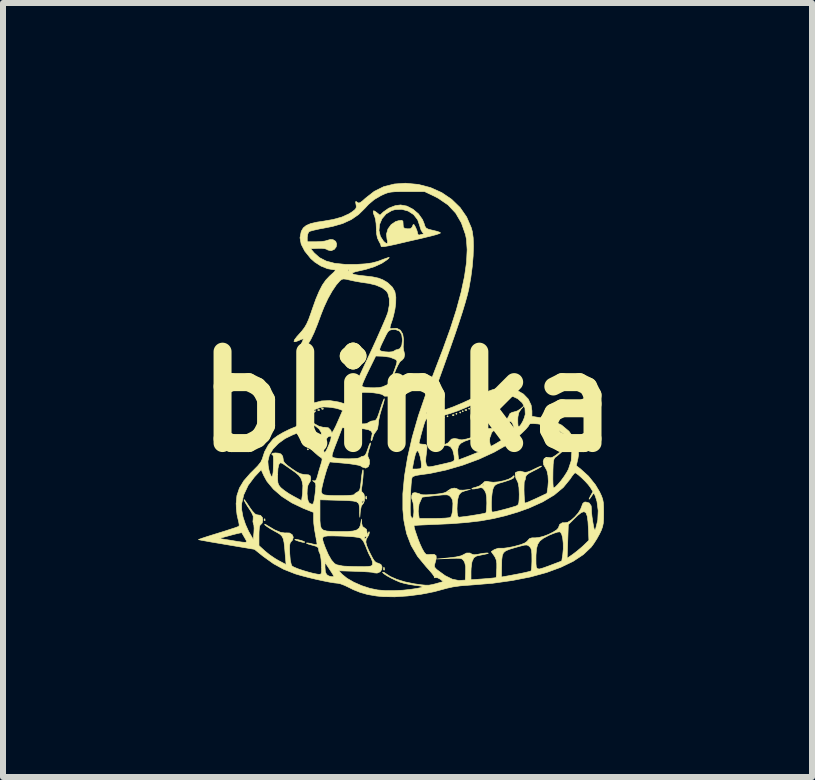
<source format=kicad_pcb>
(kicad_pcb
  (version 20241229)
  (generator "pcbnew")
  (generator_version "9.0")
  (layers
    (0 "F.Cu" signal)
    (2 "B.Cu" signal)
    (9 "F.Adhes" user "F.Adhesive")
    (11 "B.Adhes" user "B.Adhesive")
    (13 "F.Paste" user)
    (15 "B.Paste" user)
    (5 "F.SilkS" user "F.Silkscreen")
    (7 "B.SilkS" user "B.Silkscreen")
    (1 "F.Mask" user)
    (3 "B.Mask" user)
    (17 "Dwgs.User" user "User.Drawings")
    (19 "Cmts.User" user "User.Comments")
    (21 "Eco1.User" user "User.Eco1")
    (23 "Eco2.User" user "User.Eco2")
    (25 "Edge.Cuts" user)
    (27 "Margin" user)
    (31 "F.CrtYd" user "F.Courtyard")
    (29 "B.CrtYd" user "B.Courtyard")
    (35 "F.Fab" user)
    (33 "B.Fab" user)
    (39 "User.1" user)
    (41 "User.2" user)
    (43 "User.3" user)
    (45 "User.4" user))
  (footprint "blinka"
    (layer "F.Cu")
    (at 3.745 3.648)
    (property "Reference" "blinka" (at 0 0 0) (layer "F.SilkS") (effects (font (size 1.524 1.524) (thickness 0.3))))
    (attr through_hole)
    (fp_poly (pts (xy -1.651 0.794) (xy -1.662 0.804) (xy -1.672 0.794) (xy -1.662 0.783) (xy -1.651 0.794)) (stroke (width 0.01) (type solid)) (fill yes) (layer "F.SilkS"))
    (fp_poly (pts (xy 0.487 0.286) (xy 0.476 0.296) (xy 0.466 0.286) (xy 0.476 0.275) (xy 0.487 0.286)) (stroke (width 0.01) (type solid)) (fill yes) (layer "F.SilkS"))
    (fp_poly (pts (xy 0.614 0.265) (xy 0.603 0.275) (xy 0.593 0.265) (xy 0.603 0.254) (xy 0.614 0.265)) (stroke (width 0.01) (type solid)) (fill yes) (layer "F.SilkS"))
    (fp_poly (pts (xy 0.677 0.243) (xy 0.667 0.254) (xy 0.656 0.243) (xy 0.667 0.233) (xy 0.677 0.243)) (stroke (width 0.01) (type solid)) (fill yes) (layer "F.SilkS"))
    (fp_poly (pts (xy 0.826 0.201) (xy 0.815 0.212) (xy 0.804 0.201) (xy 0.815 0.191) (xy 0.826 0.201)) (stroke (width 0.01) (type solid)) (fill yes) (layer "F.SilkS"))
    (fp_poly (pts (xy 0.889 0.18) (xy 0.878 0.191) (xy 0.868 0.18) (xy 0.878 0.169) (xy 0.889 0.18)) (stroke (width 0.01) (type solid)) (fill yes) (layer "F.SilkS"))
    (fp_poly (pts (xy 0.931 0.159) (xy 0.921 0.169) (xy 0.91 0.159) (xy 0.921 0.148) (xy 0.931 0.159)) (stroke (width 0.01) (type solid)) (fill yes) (layer "F.SilkS"))
    (fp_poly (pts (xy 1.037 0.116) (xy 1.027 0.127) (xy 1.016 0.116) (xy 1.027 0.106) (xy 1.037 0.116)) (stroke (width 0.01) (type solid)) (fill yes) (layer "F.SilkS"))
    (fp_poly (pts (xy 1.079 0.095) (xy 1.069 0.106) (xy 1.058 0.095) (xy 1.069 0.085) (xy 1.079 0.095)) (stroke (width 0.01) (type solid)) (fill yes) (layer "F.SilkS"))
    (fp_poly (pts (xy 1.122 0.074) (xy 1.111 0.085) (xy 1.101 0.074) (xy 1.111 0.064) (xy 1.122 0.074)) (stroke (width 0.01) (type solid)) (fill yes) (layer "F.SilkS"))
    (fp_poly (pts (xy 1.164 0.053) (xy 1.154 0.064) (xy 1.143 0.053) (xy 1.154 0.042) (xy 1.164 0.053)) (stroke (width 0.01) (type solid)) (fill yes) (layer "F.SilkS"))
    (fp_poly (pts (xy 1.206 0.032) (xy 1.196 0.042) (xy 1.185 0.032) (xy 1.196 0.021) (xy 1.206 0.032)) (stroke (width 0.01) (type solid)) (fill yes) (layer "F.SilkS"))
    (fp_poly (pts (xy 1.355 -0.032) (xy 1.344 -0.021) (xy 1.333 -0.032) (xy 1.344 -0.042) (xy 1.355 -0.032)) (stroke (width 0.01) (type solid)) (fill yes) (layer "F.SilkS"))
    (fp_poly (pts (xy 1.397 -0.053) (xy 1.386 -0.042) (xy 1.376 -0.053) (xy 1.386 -0.064) (xy 1.397 -0.053)) (stroke (width 0.01) (type solid)) (fill yes) (layer "F.SilkS"))
    (fp_poly (pts (xy 1.482 -0.074) (xy 1.471 -0.064) (xy 1.46 -0.074) (xy 1.471 -0.085) (xy 1.482 -0.074)) (stroke (width 0.01) (type solid)) (fill yes) (layer "F.SilkS"))
    (fp_poly (pts (xy 1.566 -0.095) (xy 1.556 -0.085) (xy 1.545 -0.095) (xy 1.556 -0.106) (xy 1.566 -0.095)) (stroke (width 0.01) (type solid)) (fill yes) (layer "F.SilkS"))
    (fp_poly (pts (xy 2.646 0.624) (xy 2.635 0.635) (xy 2.625 0.624) (xy 2.635 0.614) (xy 2.646 0.624)) (stroke (width 0.01) (type solid)) (fill yes) (layer "F.SilkS"))
    (fp_poly (pts (xy -2.378 1.954) (xy -2.375 1.98) (xy -2.378 1.983) (xy -2.39 1.98) (xy -2.392 1.968) (xy -2.384 1.951) (xy -2.378 1.954)) (stroke (width 0.01) (type solid)) (fill yes) (layer "F.SilkS"))
    (fp_poly (pts (xy -1.468 0.134) (xy -1.47 0.147) (xy -1.482 0.148) (xy -1.499 0.14) (xy -1.496 0.134) (xy -1.471 0.132) (xy -1.468 0.134)) (stroke (width 0.01) (type solid)) (fill yes) (layer "F.SilkS"))
    (fp_poly (pts (xy -1.404 0.113) (xy -1.407 0.125) (xy -1.418 0.127) (xy -1.436 0.119) (xy -1.432 0.113) (xy -1.407 0.11) (xy -1.404 0.113)) (stroke (width 0.01) (type solid)) (fill yes) (layer "F.SilkS"))
    (fp_poly (pts (xy -0.684 1.584) (xy -0.682 1.617) (xy -0.686 1.624) (xy -0.695 1.618) (xy -0.697 1.596) (xy -0.692 1.574) (xy -0.684 1.584)) (stroke (width 0.01) (type solid)) (fill yes) (layer "F.SilkS"))
    (fp_poly (pts (xy -0.388 2.769) (xy -0.385 2.802) (xy -0.389 2.809) (xy -0.399 2.803) (xy -0.4 2.782) (xy -0.395 2.759) (xy -0.388 2.769)) (stroke (width 0.01) (type solid)) (fill yes) (layer "F.SilkS"))
    (fp_poly (pts (xy 0.776 0.219) (xy 0.773 0.231) (xy 0.762 0.233) (xy 0.745 0.225) (xy 0.748 0.219) (xy 0.773 0.216) (xy 0.776 0.219)) (stroke (width 0.01) (type solid)) (fill yes) (layer "F.SilkS"))
    (fp_poly (pts (xy 0.988 0.134) (xy 0.985 0.147) (xy 0.974 0.148) (xy 0.956 0.14) (xy 0.96 0.134) (xy 0.985 0.132) (xy 0.988 0.134)) (stroke (width 0.01) (type solid)) (fill yes) (layer "F.SilkS"))
    (fp_poly (pts (xy -1.534 0.152) (xy -1.54 0.168) (xy -1.56 0.179) (xy -1.585 0.185) (xy -1.575 0.169) (xy -1.572 0.167) (xy -1.544 0.15) (xy -1.534 0.152)) (stroke (width 0.01) (type solid)) (fill yes) (layer "F.SilkS"))
    (fp_poly (pts (xy 1.28 0.000243) (xy 1.258 0.018) (xy 1.234 0.021) (xy 1.228 0.013) (xy 1.244 -0.001) (xy 1.261 -0.008) (xy 1.282 -0.01) (xy 1.28 0.000243)) (stroke (width 0.01) (type solid)) (fill yes) (layer "F.SilkS"))
    (fp_poly (pts (xy 0.529 0.745) (xy 0.527 0.749) (xy 0.503 0.756) (xy 0.452 0.766) (xy 0.434 0.769) (xy 0.386 0.775) (xy 0.378 0.77) (xy 0.392 0.763) (xy 0.428 0.752) (xy 0.474 0.744) (xy 0.512 0.741) (xy 0.529 0.745)) (stroke (width 0.01) (type solid)) (fill yes) (layer "F.SilkS"))
    (fp_poly (pts (xy -1.811 2.304) (xy -1.761 2.318) (xy -1.724 2.332) (xy -1.714 2.34) (xy -1.721 2.347) (xy -1.747 2.344) (xy -1.801 2.33) (xy -1.817 2.325) (xy -1.862 2.31) (xy -1.88 2.297) (xy -1.88 2.296) (xy -1.856 2.295) (xy -1.811 2.304)) (stroke (width 0.01) (type solid)) (fill yes) (layer "F.SilkS"))
    (fp_poly (pts (xy -0.011 -3.262) (xy 0.091 -3.209) (xy 0.182 -3.132) (xy 0.249 -3.038) (xy 0.275 -2.975) (xy 0.291 -2.924) (xy 0.312 -2.894) (xy 0.348 -2.876) (xy 0.412 -2.86) (xy 0.425 -2.857) (xy 0.491 -2.841) (xy 0.537 -2.825) (xy 0.55 -2.814) (xy 0.531 -2.804) (xy 0.478 -2.786) (xy 0.4 -2.765) (xy 0.304 -2.742) (xy 0.302 -2.741) (xy 0.17 -2.71) (xy 0.02 -2.676) (xy -0.125 -2.642) (xy -0.196 -2.625) (xy -0.308 -2.601) (xy -0.387 -2.587) (xy -0.432 -2.585) (xy -0.44 -2.59) (xy -0.448 -2.623) (xy -0.473 -2.67) (xy -0.477 -2.677) (xy -0.502 -2.73) (xy -0.516 -2.801) (xy -0.518 -2.855) (xy -0.476 -2.855) (xy -0.453 -2.757) (xy -0.399 -2.674) (xy -0.357 -2.64) (xy -0.334 -2.643) (xy -0.334 -2.681) (xy -0.342 -2.709) (xy -0.351 -2.795) (xy -0.326 -2.88) (xy -0.273 -2.953) (xy -0.198 -3.004) (xy -0.146 -3.019) (xy -0.097 -3.024) (xy -0.077 -3.011) (xy -0.074 -2.968) (xy -0.074 -2.96) (xy -0.07 -2.911) (xy -0.048 -2.89) (xy -0.005 -2.883) (xy 0.047 -2.884) (xy 0.074 -2.907) (xy 0.082 -2.924) (xy 0.095 -2.954) (xy 0.107 -2.954) (xy 0.128 -2.919) (xy 0.135 -2.906) (xy 0.158 -2.85) (xy 0.169 -2.806) (xy 0.169 -2.803) (xy 0.182 -2.779) (xy 0.203 -2.781) (xy 0.247 -2.793) (xy 0.261 -2.795) (xy 0.268 -2.805) (xy 0.252 -2.821) (xy 0.227 -2.858) (xy 0.208 -2.916) (xy 0.206 -2.926) (xy 0.169 -3.034) (xy 0.102 -3.12) (xy 0.011 -3.179) (xy -0.095 -3.208) (xy -0.209 -3.203) (xy -0.265 -3.186) (xy -0.358 -3.131) (xy -0.426 -3.051) (xy -0.466 -2.956) (xy -0.476 -2.855) (xy -0.518 -2.855) (xy -0.52 -2.888) (xy -0.524 -2.97) (xy -0.534 -3.041) (xy -0.546 -3.084) (xy -0.566 -3.134) (xy -0.572 -3.165) (xy -0.567 -3.184) (xy -0.547 -3.178) (xy -0.515 -3.155) (xy -0.459 -3.11) (xy -0.404 -3.163) (xy -0.313 -3.227) (xy -0.205 -3.269) (xy -0.116 -3.281) (xy -0.011 -3.262)) (stroke (width 0.01) (type solid)) (fill yes) (layer "F.SilkS"))
    (fp_poly (pts (xy 0.181 -3.623) (xy 0.384 -3.57) (xy 0.571 -3.486) (xy 0.736 -3.374) (xy 0.876 -3.238) (xy 0.986 -3.079) (xy 1.062 -2.903) (xy 1.08 -2.838) (xy 1.095 -2.731) (xy 1.099 -2.592) (xy 1.094 -2.429) (xy 1.079 -2.252) (xy 1.055 -2.069) (xy 1.023 -1.888) (xy 1.02 -1.873) (xy 0.996 -1.774) (xy 0.962 -1.652) (xy 0.917 -1.503) (xy 0.86 -1.327) (xy 0.791 -1.122) (xy 0.708 -0.885) (xy 0.612 -0.615) (xy 0.502 -0.31) (xy 0.376 0.032) (xy 0.358 0.082) (xy 0.316 0.196) (xy 0.42 0.182) (xy 0.522 0.164) (xy 0.634 0.132) (xy 0.764 0.085) (xy 0.916 0.021) (xy 1.098 -0.063) (xy 1.108 -0.067) (xy 1.235 -0.127) (xy 1.333 -0.169) (xy 1.411 -0.198) (xy 1.475 -0.216) (xy 1.536 -0.226) (xy 1.557 -0.228) (xy 1.7 -0.223) (xy 1.827 -0.189) (xy 1.933 -0.127) (xy 2.013 -0.044) (xy 2.061 0.058) (xy 2.074 0.153) (xy 2.074 0.244) (xy 2.236 0.27) (xy 2.416 0.316) (xy 2.569 0.39) (xy 2.691 0.492) (xy 2.781 0.619) (xy 2.828 0.736) (xy 2.848 0.817) (xy 2.851 0.883) (xy 2.84 0.956) (xy 2.838 0.961) (xy 2.814 1.067) (xy 2.883 1.12) (xy 3.017 1.241) (xy 3.132 1.384) (xy 3.202 1.502) (xy 3.234 1.57) (xy 3.254 1.626) (xy 3.265 1.684) (xy 3.269 1.759) (xy 3.27 1.852) (xy 3.269 1.953) (xy 3.264 2.026) (xy 3.252 2.084) (xy 3.232 2.141) (xy 3.203 2.202) (xy 3.156 2.287) (xy 3.102 2.371) (xy 3.061 2.426) (xy 2.931 2.549) (xy 2.762 2.661) (xy 2.557 2.76) (xy 2.318 2.848) (xy 2.048 2.922) (xy 1.747 2.981) (xy 1.42 3.027) (xy 1.068 3.056) (xy 1.027 3.059) (xy 0.882 3.07) (xy 0.755 3.088) (xy 0.656 3.11) (xy 0.646 3.113) (xy 0.443 3.168) (xy 0.224 3.211) (xy 0.001 3.239) (xy -0.215 3.253) (xy -0.411 3.25) (xy -0.521 3.239) (xy -0.667 3.214) (xy -0.788 3.18) (xy -0.903 3.134) (xy -0.973 3.099) (xy -1.048 3.063) (xy -1.116 3.037) (xy -1.162 3.027) (xy -1.163 3.027) (xy -1.22 3.021) (xy -1.307 3.007) (xy -1.415 2.985) (xy -1.534 2.959) (xy -1.655 2.93) (xy -1.766 2.901) (xy -1.859 2.874) (xy -1.875 2.869) (xy -2.065 2.794) (xy -2.235 2.701) (xy -2.405 2.579) (xy -2.414 2.572) (xy -2.552 2.461) (xy -3.016 2.383) (xy -3.151 2.36) (xy -3.271 2.34) (xy -3.37 2.322) (xy -3.442 2.309) (xy -3.481 2.301) (xy -3.486 2.299) (xy -3.469 2.292) (xy -3.435 2.28) (xy -3.143 2.28) (xy -2.942 2.312) (xy -2.829 2.331) (xy -2.752 2.342) (xy -2.706 2.345) (xy -2.686 2.339) (xy -2.685 2.323) (xy -2.699 2.296) (xy -2.714 2.27) (xy -2.743 2.22) (xy -2.761 2.189) (xy -2.764 2.184) (xy -2.785 2.187) (xy -2.837 2.198) (xy -2.912 2.217) (xy -2.956 2.229) (xy -3.143 2.28) (xy -3.435 2.28) (xy -3.418 2.274) (xy -3.339 2.248) (xy -3.24 2.217) (xy -3.159 2.192) (xy -3.046 2.157) (xy -2.948 2.125) (xy -2.871 2.1) (xy -2.823 2.082) (xy -2.81 2.076) (xy -2.807 2.05) (xy -2.816 1.998) (xy -2.826 1.959) (xy -2.843 1.883) (xy -2.854 1.786) (xy -2.857 1.705) (xy -2.767 1.705) (xy -2.765 1.803) (xy -2.743 1.922) (xy -2.702 2.046) (xy -2.649 2.163) (xy -2.64 2.178) (xy -2.572 2.297) (xy -2.561 2.18) (xy -2.558 2.111) (xy -2.562 2.057) (xy -2.569 2.038) (xy -2.578 1.999) (xy -2.574 1.958) (xy -2.573 1.908) (xy -2.6 1.848) (xy -2.621 1.814) (xy -2.668 1.743) (xy -2.704 1.683) (xy -2.724 1.643) (xy -2.725 1.63) (xy -2.711 1.646) (xy -2.68 1.689) (xy -2.639 1.75) (xy -2.635 1.757) (xy -2.586 1.825) (xy -2.544 1.87) (xy -2.517 1.884) (xy -2.451 1.895) (xy -2.419 1.932) (xy -2.413 1.971) (xy -2.423 2.022) (xy -2.445 2.046) (xy -2.461 2.062) (xy -2.471 2.101) (xy -2.476 2.17) (xy -2.477 2.228) (xy -2.477 2.399) (xy -2.377 2.49) (xy -2.302 2.551) (xy -2.211 2.613) (xy -2.152 2.648) (xy -2.025 2.715) (xy -2.039 2.554) (xy -2.049 2.433) (xy -2.059 2.346) (xy -2.072 2.286) (xy -2.092 2.245) (xy -2.121 2.214) (xy -2.164 2.187) (xy -2.215 2.159) (xy -2.287 2.118) (xy -2.344 2.081) (xy -2.377 2.055) (xy -2.378 2.054) (xy -2.382 2.041) (xy -2.354 2.054) (xy -2.339 2.064) (xy -2.214 2.138) (xy -2.114 2.179) (xy -2.04 2.189) (xy -2.03 2.187) (xy -1.968 2.189) (xy -1.924 2.216) (xy -1.905 2.258) (xy -1.917 2.306) (xy -1.939 2.33) (xy -1.956 2.352) (xy -1.965 2.39) (xy -1.967 2.451) (xy -1.964 2.535) (xy -1.955 2.642) (xy -1.939 2.713) (xy -1.925 2.741) (xy -1.89 2.76) (xy -1.826 2.786) (xy -1.744 2.814) (xy -1.656 2.84) (xy -1.573 2.862) (xy -1.506 2.875) (xy -1.482 2.878) (xy -1.455 2.877) (xy -1.44 2.866) (xy -1.433 2.838) (xy -1.433 2.783) (xy -1.436 2.715) (xy -1.438 2.679) (xy -1.376 2.679) (xy -1.376 2.763) (xy -1.37 2.838) (xy -1.349 2.882) (xy -1.312 2.906) (xy -1.268 2.917) (xy -1.235 2.918) (xy -1.228 2.912) (xy -1.238 2.891) (xy -1.266 2.846) (xy -1.302 2.791) (xy -1.376 2.679) (xy -1.438 2.679) (xy -1.441 2.634) (xy -1.45 2.57) (xy -1.46 2.533) (xy -1.462 2.53) (xy -1.478 2.494) (xy -1.482 2.464) (xy -1.489 2.434) (xy -1.517 2.413) (xy -1.576 2.395) (xy -1.589 2.392) (xy -1.647 2.376) (xy -1.681 2.362) (xy -1.686 2.356) (xy -1.661 2.355) (xy -1.612 2.364) (xy -1.596 2.369) (xy -1.544 2.381) (xy -1.512 2.385) (xy -1.509 2.384) (xy -1.51 2.361) (xy -1.518 2.308) (xy -1.52 2.299) (xy -1.416 2.299) (xy -1.401 2.352) (xy -1.373 2.427) (xy -1.373 2.428) (xy -1.321 2.549) (xy -1.268 2.641) (xy -1.216 2.7) (xy -1.18 2.719) (xy -1.121 2.731) (xy -1.09 2.738) (xy -1.052 2.742) (xy -0.982 2.745) (xy -0.893 2.748) (xy -0.822 2.749) (xy -0.721 2.75) (xy -0.654 2.747) (xy -0.614 2.741) (xy -0.593 2.73) (xy -0.583 2.713) (xy -0.583 2.712) (xy -0.585 2.667) (xy -0.608 2.607) (xy -0.614 2.597) (xy -0.647 2.533) (xy -0.681 2.452) (xy -0.697 2.41) (xy -0.736 2.325) (xy -0.779 2.276) (xy -0.786 2.272) (xy -0.814 2.265) (xy -0.72 2.265) (xy -0.712 2.285) (xy -0.71 2.286) (xy -0.692 2.271) (xy -0.688 2.265) (xy -0.69 2.245) (xy -0.697 2.244) (xy -0.719 2.259) (xy -0.72 2.265) (xy -0.814 2.265) (xy -0.827 2.262) (xy -0.901 2.252) (xy -1.001 2.245) (xy -1.117 2.24) (xy -1.127 2.24) (xy -1.25 2.237) (xy -1.335 2.238) (xy -1.388 2.246) (xy -1.413 2.265) (xy -1.416 2.299) (xy -1.52 2.299) (xy -1.532 2.236) (xy -1.534 2.224) (xy -1.551 2.128) (xy -1.563 2.03) (xy -1.566 1.959) (xy -1.566 1.846) (xy -1.737 1.778) (xy -1.928 1.687) (xy -2.096 1.579) (xy -2.236 1.458) (xy -2.343 1.329) (xy -2.36 1.299) (xy -2.166 1.299) (xy -2.161 1.353) (xy -2.147 1.39) (xy -2.122 1.423) (xy -2.106 1.439) (xy -2.054 1.481) (xy -1.981 1.531) (xy -1.905 1.575) (xy -1.767 1.649) (xy -1.75 1.531) (xy -1.745 1.397) (xy -1.759 1.324) (xy -1.779 1.273) (xy -1.812 1.229) (xy -1.866 1.182) (xy -1.922 1.142) (xy -1.991 1.094) (xy -2.049 1.054) (xy -2.084 1.029) (xy -2.088 1.027) (xy -2.122 1.018) (xy -2.146 1.047) (xy -2.161 1.117) (xy -2.166 1.215) (xy -2.166 1.299) (xy -2.36 1.299) (xy -2.396 1.233) (xy -2.44 1.134) (xy -2.552 1.254) (xy -2.657 1.394) (xy -2.731 1.552) (xy -2.767 1.705) (xy -2.857 1.705) (xy -2.858 1.704) (xy -2.845 1.566) (xy -2.803 1.44) (xy -2.73 1.319) (xy -2.621 1.194) (xy -2.581 1.155) (xy -2.498 1.071) (xy -2.446 1.006) (xy -2.444 1.002) (xy -2.328 1.002) (xy -2.323 1.07) (xy -2.31 1.141) (xy -2.292 1.202) (xy -2.273 1.241) (xy -2.261 1.249) (xy -2.25 1.23) (xy -2.242 1.182) (xy -2.24 1.159) (xy -2.236 1.042) (xy -2.235 0.963) (xy -2.238 0.914) (xy -2.244 0.892) (xy -2.249 0.889) (xy -2.265 0.874) (xy -2.265 0.873) (xy -2.247 0.859) (xy -2.204 0.854) (xy -2.153 0.858) (xy -2.112 0.871) (xy -2.082 0.908) (xy -2.074 0.952) (xy -2.069 0.988) (xy -2.048 1.021) (xy -2.005 1.061) (xy -1.935 1.113) (xy -1.853 1.168) (xy -1.789 1.2) (xy -1.732 1.213) (xy -1.708 1.215) (xy -1.651 1.219) (xy -1.624 1.234) (xy -1.614 1.267) (xy -1.613 1.272) (xy -1.62 1.324) (xy -1.639 1.354) (xy -1.66 1.392) (xy -1.672 1.457) (xy -1.675 1.533) (xy -1.669 1.607) (xy -1.654 1.665) (xy -1.635 1.692) (xy -1.592 1.711) (xy -1.571 1.699) (xy -1.559 1.656) (xy -1.55 1.602) (xy -1.54 1.526) (xy -1.535 1.478) (xy -1.529 1.407) (xy -1.533 1.365) (xy -1.55 1.341) (xy -1.56 1.334) (xy -1.584 1.316) (xy -1.573 1.317) (xy -1.562 1.32) (xy -1.536 1.318) (xy -1.516 1.288) (xy -1.502 1.243) (xy -1.481 1.166) (xy -1.455 1.079) (xy -1.446 1.05) (xy -1.428 0.989) (xy -1.424 0.955) (xy -1.435 0.936) (xy -1.453 0.925) (xy -1.487 0.9) (xy -1.54 0.854) (xy -1.602 0.798) (xy -1.609 0.792) (xy -1.399 0.792) (xy -1.394 0.833) (xy -1.379 0.847) (xy -1.363 0.828) (xy -1.338 0.781) (xy -1.309 0.713) (xy -1.307 0.709) (xy -1.279 0.629) (xy -1.273 0.584) (xy -1.288 0.571) (xy -1.325 0.587) (xy -1.327 0.588) (xy -1.353 0.62) (xy -1.375 0.673) (xy -1.391 0.734) (xy -1.399 0.792) (xy -1.609 0.792) (xy -1.611 0.79) (xy -1.668 0.739) (xy -1.716 0.704) (xy -1.743 0.692) (xy -1.746 0.693) (xy -1.754 0.695) (xy -1.75 0.686) (xy -1.751 0.653) (xy -1.768 0.602) (xy -1.775 0.588) (xy -1.813 0.513) (xy -1.909 0.55) (xy -2.041 0.614) (xy -2.154 0.696) (xy -2.244 0.79) (xy -2.304 0.89) (xy -2.328 0.99) (xy -2.328 1.002) (xy -2.444 1.002) (xy -2.421 0.953) (xy -2.42 0.947) (xy -2.383 0.834) (xy -2.321 0.721) (xy -2.244 0.627) (xy -2.23 0.614) (xy -2.163 0.565) (xy -2.07 0.511) (xy -1.967 0.46) (xy -1.87 0.42) (xy -1.857 0.416) (xy -1.827 0.386) (xy -1.82 0.349) (xy -1.814 0.317) (xy -1.73 0.317) (xy -1.725 0.412) (xy -1.69 0.52) (xy -1.684 0.535) (xy -1.653 0.589) (xy -1.611 0.649) (xy -1.566 0.705) (xy -1.524 0.75) (xy -1.494 0.772) (xy -1.485 0.773) (xy -1.473 0.746) (xy -1.457 0.694) (xy -1.451 0.671) (xy -1.434 0.578) (xy -1.44 0.51) (xy -1.475 0.455) (xy -1.542 0.4) (xy -1.557 0.39) (xy -1.619 0.347) (xy -1.665 0.312) (xy -1.685 0.292) (xy -1.681 0.265) (xy -1.651 0.227) (xy -1.649 0.225) (xy -1.617 0.197) (xy -1.614 0.197) (xy -1.636 0.224) (xy -1.663 0.261) (xy -1.672 0.28) (xy -1.656 0.297) (xy -1.613 0.328) (xy -1.563 0.362) (xy -1.475 0.41) (xy -1.404 0.427) (xy -1.387 0.426) (xy -1.32 0.435) (xy -1.279 0.477) (xy -1.267 0.515) (xy -1.256 0.514) (xy -1.233 0.478) (xy -1.199 0.412) (xy -1.171 0.35) (xy -1.082 0.146) (xy -1.139 0.124) (xy -1.193 0.109) (xy -1.268 0.096) (xy -1.315 0.091) (xy -1.397 0.087) (xy -1.466 0.099) (xy -1.546 0.13) (xy -1.551 0.133) (xy -1.622 0.171) (xy -1.679 0.214) (xy -1.705 0.242) (xy -1.73 0.317) (xy -1.814 0.317) (xy -1.801 0.242) (xy -1.747 0.149) (xy -1.663 0.074) (xy -1.557 0.019) (xy -1.432 -0.013) (xy -1.296 -0.019) (xy -1.154 0.004) (xy -1.13 0.01) (xy -1.071 0.028) (xy -1.031 0.04) (xy -1.022 0.042) (xy -1.011 0.025) (xy -0.992 -0.017) (xy -0.988 -0.026) (xy -0.972 -0.062) (xy -0.941 -0.131) (xy -0.896 -0.227) (xy -0.88 -0.261) (xy -0.762 -0.261) (xy -0.743 -0.248) (xy -0.693 -0.238) (xy -0.625 -0.233) (xy -0.549 -0.232) (xy -0.478 -0.236) (xy -0.424 -0.246) (xy -0.407 -0.252) (xy -0.359 -0.274) (xy -0.339 -0.282) (xy -0.318 -0.304) (xy -0.289 -0.358) (xy -0.255 -0.434) (xy -0.234 -0.486) (xy -0.201 -0.576) (xy -0.182 -0.634) (xy -0.176 -0.669) (xy -0.181 -0.689) (xy -0.196 -0.702) (xy -0.202 -0.706) (xy -0.292 -0.742) (xy -0.41 -0.758) (xy -0.44 -0.759) (xy -0.53 -0.762) (xy -0.646 -0.526) (xy -0.691 -0.433) (xy -0.727 -0.353) (xy -0.752 -0.293) (xy -0.762 -0.262) (xy -0.762 -0.261) (xy -0.88 -0.261) (xy -0.84 -0.347) (xy -0.776 -0.484) (xy -0.706 -0.635) (xy -0.661 -0.73) (xy -0.597 -0.867) (xy -0.465 -0.867) (xy -0.457 -0.852) (xy -0.438 -0.844) (xy -0.436 -0.843) (xy -0.376 -0.832) (xy -0.31 -0.828) (xy -0.254 -0.833) (xy -0.223 -0.846) (xy -0.222 -0.847) (xy -0.192 -0.865) (xy -0.169 -0.868) (xy -0.124 -0.887) (xy -0.095 -0.942) (xy -0.085 -1.028) (xy -0.085 -1.031) (xy -0.097 -1.121) (xy -0.135 -1.178) (xy -0.2 -1.203) (xy -0.235 -1.203) (xy -0.275 -1.199) (xy -0.304 -1.188) (xy -0.329 -1.163) (xy -0.357 -1.114) (xy -0.395 -1.036) (xy -0.399 -1.028) (xy -0.438 -0.947) (xy -0.459 -0.896) (xy -0.465 -0.867) (xy -0.597 -0.867) (xy -0.587 -0.889) (xy -0.518 -1.04) (xy -0.456 -1.18) (xy -0.403 -1.301) (xy -0.361 -1.399) (xy -0.335 -1.467) (xy -0.327 -1.49) (xy -0.304 -1.609) (xy -0.304 -1.718) (xy -0.327 -1.805) (xy -0.352 -1.845) (xy -0.423 -1.9) (xy -0.526 -1.944) (xy -0.649 -1.974) (xy -0.688 -1.979) (xy -0.783 -1.993) (xy -0.889 -2.012) (xy -0.949 -2.025) (xy -1.022 -2.042) (xy -1.067 -2.047) (xy -1.096 -2.04) (xy -1.122 -2.021) (xy -1.125 -2.019) (xy -1.188 -1.947) (xy -1.258 -1.843) (xy -1.328 -1.718) (xy -1.392 -1.58) (xy -1.439 -1.462) (xy -1.504 -1.286) (xy -1.561 -1.146) (xy -1.613 -1.038) (xy -1.661 -0.959) (xy -1.709 -0.903) (xy -1.757 -0.867) (xy -1.76 -0.866) (xy -1.799 -0.851) (xy -1.812 -0.864) (xy -1.8 -0.907) (xy -1.779 -0.95) (xy -1.753 -1.003) (xy -1.738 -1.04) (xy -1.736 -1.047) (xy -1.752 -1.046) (xy -1.794 -1.03) (xy -1.809 -1.022) (xy -1.868 -1) (xy -1.893 -1.003) (xy -1.885 -1.032) (xy -1.844 -1.086) (xy -1.815 -1.118) (xy -1.76 -1.18) (xy -1.717 -1.237) (xy -1.681 -1.299) (xy -1.647 -1.376) (xy -1.61 -1.479) (xy -1.587 -1.547) (xy -1.528 -1.712) (xy -1.473 -1.842) (xy -1.42 -1.945) (xy -1.363 -2.027) (xy -1.299 -2.095) (xy -1.289 -2.104) (xy -1.233 -2.155) (xy -1.207 -2.184) (xy -1.206 -2.193) (xy -0.993 -2.193) (xy -0.989 -2.165) (xy -0.982 -2.165) (xy -0.977 -2.193) (xy -0.98 -2.205) (xy -0.99 -2.213) (xy -0.993 -2.193) (xy -1.206 -2.193) (xy -1.206 -2.198) (xy -1.227 -2.201) (xy -1.235 -2.201) (xy -1.334 -2.218) (xy -1.443 -2.262) (xy -1.546 -2.328) (xy -1.615 -2.389) (xy -1.714 -2.512) (xy -1.773 -2.626) (xy -1.793 -2.733) (xy -1.792 -2.738) (xy -1.672 -2.738) (xy -1.672 -2.667) (xy -1.524 -2.667) (xy -1.443 -2.67) (xy -1.376 -2.679) (xy -1.336 -2.691) (xy -1.286 -2.705) (xy -1.241 -2.701) (xy -1.198 -2.674) (xy -1.182 -2.63) (xy -1.19 -2.581) (xy -1.221 -2.54) (xy -1.271 -2.519) (xy -1.281 -2.519) (xy -1.327 -2.529) (xy -1.347 -2.541) (xy -1.379 -2.552) (xy -1.439 -2.558) (xy -1.492 -2.557) (xy -1.615 -2.551) (xy -1.556 -2.481) (xy -1.469 -2.403) (xy -1.357 -2.345) (xy -1.216 -2.308) (xy -1.042 -2.29) (xy -0.843 -2.29) (xy -0.702 -2.299) (xy -0.593 -2.314) (xy -0.505 -2.337) (xy -0.487 -2.343) (xy -0.395 -2.378) (xy -0.337 -2.398) (xy -0.309 -2.406) (xy -0.305 -2.402) (xy -0.32 -2.386) (xy -0.339 -2.369) (xy -0.429 -2.308) (xy -0.552 -2.252) (xy -0.698 -2.206) (xy -0.782 -2.187) (xy -0.869 -2.167) (xy -0.916 -2.15) (xy -0.922 -2.135) (xy -0.888 -2.121) (xy -0.812 -2.108) (xy -0.703 -2.096) (xy -0.579 -2.081) (xy -0.486 -2.061) (xy -0.413 -2.033) (xy -0.346 -1.994) (xy -0.323 -1.977) (xy -0.253 -1.91) (xy -0.211 -1.836) (xy -0.195 -1.744) (xy -0.197 -1.641) (xy -0.21 -1.541) (xy -0.233 -1.436) (xy -0.253 -1.367) (xy -0.28 -1.288) (xy -0.292 -1.242) (xy -0.29 -1.22) (xy -0.275 -1.217) (xy -0.254 -1.221) (xy -0.178 -1.224) (xy -0.119 -1.192) (xy -0.08 -1.127) (xy -0.066 -1.035) (xy -0.069 -0.979) (xy -0.072 -0.91) (xy -0.065 -0.855) (xy -0.06 -0.84) (xy -0.048 -0.785) (xy -0.06 -0.73) (xy -0.092 -0.693) (xy -0.101 -0.689) (xy -0.128 -0.664) (xy -0.161 -0.607) (xy -0.196 -0.532) (xy -0.229 -0.448) (xy -0.255 -0.366) (xy -0.271 -0.297) (xy -0.273 -0.252) (xy -0.271 -0.247) (xy -0.258 -0.186) (xy -0.277 -0.13) (xy -0.323 -0.095) (xy -0.331 -0.093) (xy -0.383 -0.092) (xy -0.403 -0.108) (xy -0.433 -0.124) (xy -0.493 -0.138) (xy -0.571 -0.149) (xy -0.655 -0.155) (xy -0.732 -0.157) (xy -0.792 -0.151) (xy -0.818 -0.141) (xy -0.839 -0.111) (xy -0.868 -0.054) (xy -0.904 0.021) (xy -0.941 0.104) (xy -0.976 0.186) (xy -1.005 0.258) (xy -1.023 0.31) (xy -1.027 0.335) (xy -1.027 0.335) (xy -1.001 0.343) (xy -0.945 0.352) (xy -0.868 0.361) (xy -0.851 0.363) (xy -0.762 0.37) (xy -0.704 0.368) (xy -0.668 0.358) (xy -0.655 0.348) (xy -0.607 0.324) (xy -0.569 0.318) (xy -0.543 0.314) (xy -0.522 0.298) (xy -0.502 0.263) (xy -0.479 0.2) (xy -0.454 0.125) (xy -0.428 0.045) (xy -0.405 -0.015) (xy -0.391 -0.047) (xy -0.387 -0.049) (xy -0.39 -0.021) (xy -0.405 0.035) (xy -0.428 0.109) (xy -0.434 0.126) (xy -0.46 0.215) (xy -0.479 0.302) (xy -0.487 0.368) (xy -0.487 0.371) (xy -0.499 0.453) (xy -0.527 0.495) (xy -0.56 0.542) (xy -0.58 0.597) (xy -0.592 0.638) (xy -0.605 0.651) (xy -0.606 0.65) (xy -0.609 0.623) (xy -0.597 0.576) (xy -0.597 0.574) (xy -0.588 0.527) (xy -0.604 0.493) (xy -0.647 0.469) (xy -0.722 0.453) (xy -0.833 0.444) (xy -0.878 0.442) (xy -1.089 0.434) (xy -1.166 0.635) (xy -1.21 0.747) (xy -1.239 0.826) (xy -1.255 0.878) (xy -1.259 0.909) (xy -1.25 0.926) (xy -1.231 0.934) (xy -1.204 0.939) (xy -1.142 0.947) (xy -1.062 0.951) (xy -0.976 0.952) (xy -0.896 0.949) (xy -0.833 0.943) (xy -0.797 0.934) (xy -0.794 0.931) (xy -0.764 0.913) (xy -0.741 0.91) (xy -0.712 0.898) (xy -0.687 0.858) (xy -0.664 0.794) (xy -0.643 0.733) (xy -0.626 0.695) (xy -0.618 0.687) (xy -0.619 0.711) (xy -0.632 0.76) (xy -0.643 0.796) (xy -0.661 0.865) (xy -0.662 0.911) (xy -0.658 0.919) (xy -0.635 0.972) (xy -0.635 1.036) (xy -0.654 1.083) (xy -0.697 1.107) (xy -0.753 1.09) (xy -0.781 1.071) (xy -0.813 1.06) (xy -0.877 1.048) (xy -0.965 1.035) (xy -1.054 1.026) (xy -1.297 1.004) (xy -1.328 1.077) (xy -1.349 1.136) (xy -1.373 1.217) (xy -1.398 1.307) (xy -1.419 1.393) (xy -1.434 1.464) (xy -1.439 1.504) (xy -1.421 1.537) (xy -1.392 1.553) (xy -1.348 1.559) (xy -1.279 1.564) (xy -1.194 1.566) (xy -1.104 1.566) (xy -1.019 1.564) (xy -0.948 1.56) (xy -0.902 1.554) (xy -0.889 1.549) (xy -0.872 1.528) (xy -0.838 1.508) (xy -0.813 1.492) (xy -0.796 1.466) (xy -0.785 1.42) (xy -0.776 1.345) (xy -0.773 1.314) (xy -0.764 1.233) (xy -0.754 1.171) (xy -0.745 1.137) (xy -0.743 1.134) (xy -0.739 1.148) (xy -0.739 1.194) (xy -0.743 1.259) (xy -0.751 1.333) (xy -0.759 1.403) (xy -0.769 1.46) (xy -0.77 1.464) (xy -0.764 1.5) (xy -0.752 1.51) (xy -0.727 1.54) (xy -0.715 1.592) (xy -0.718 1.649) (xy -0.735 1.693) (xy -0.744 1.701) (xy -0.771 1.741) (xy -0.786 1.817) (xy -0.789 1.843) (xy -0.793 1.902) (xy -0.796 1.926) (xy -0.797 1.911) (xy -0.799 1.857) (xy -0.8 1.818) (xy -0.802 1.759) (xy -0.808 1.716) (xy -0.823 1.686) (xy -0.846 1.672) (xy -0.762 1.672) (xy -0.755 1.693) (xy -0.753 1.693) (xy -0.735 1.679) (xy -0.73 1.672) (xy -0.732 1.653) (xy -0.74 1.651) (xy -0.761 1.666) (xy -0.762 1.672) (xy -0.846 1.672) (xy -0.854 1.667) (xy -0.906 1.656) (xy -0.986 1.649) (xy -1.098 1.645) (xy -1.18 1.643) (xy -1.46 1.635) (xy -1.46 1.875) (xy -1.46 1.983) (xy -1.454 2.059) (xy -1.438 2.111) (xy -1.404 2.141) (xy -1.346 2.157) (xy -1.259 2.163) (xy -1.136 2.165) (xy -1.123 2.165) (xy -0.997 2.164) (xy -0.906 2.156) (xy -0.845 2.138) (xy -0.807 2.108) (xy -0.786 2.062) (xy -0.778 2.021) (xy -0.768 1.958) (xy -0.765 2.024) (xy -0.752 2.079) (xy -0.72 2.102) (xy -0.685 2.128) (xy -0.676 2.173) (xy -0.673 2.211) (xy -0.666 2.211) (xy -0.656 2.191) (xy -0.642 2.166) (xy -0.637 2.181) (xy -0.636 2.181) (xy -0.647 2.224) (xy -0.666 2.255) (xy -0.689 2.296) (xy -0.695 2.341) (xy -0.681 2.399) (xy -0.648 2.479) (xy -0.622 2.532) (xy -0.581 2.611) (xy -0.549 2.66) (xy -0.519 2.684) (xy -0.49 2.692) (xy -0.444 2.713) (xy -0.425 2.752) (xy -0.43 2.797) (xy -0.457 2.836) (xy -0.505 2.857) (xy -0.518 2.857) (xy -0.559 2.853) (xy -0.575 2.847) (xy -0.598 2.843) (xy -0.656 2.838) (xy -0.74 2.833) (xy -0.842 2.829) (xy -0.866 2.828) (xy -1.147 2.819) (xy -1.09 2.879) (xy -1.008 2.945) (xy -0.895 3.01) (xy -0.765 3.067) (xy -0.628 3.112) (xy -0.497 3.139) (xy -0.376 3.149) (xy -0.231 3.15) (xy -0.08 3.143) (xy 0.044 3.13) (xy 0.153 3.114) (xy 0.221 3.1) (xy 0.247 3.088) (xy 0.231 3.077) (xy 0.175 3.067) (xy 0.129 3.062) (xy 0.034 3.048) (xy -0.062 3.027) (xy -0.127 3.008) (xy -0.202 2.976) (xy -0.277 2.939) (xy -0.344 2.902) (xy -0.393 2.869) (xy -0.415 2.847) (xy -0.415 2.842) (xy -0.392 2.845) (xy -0.365 2.864) (xy -0.287 2.915) (xy -0.177 2.963) (xy -0.043 3.004) (xy 0.106 3.035) (xy 0.125 3.038) (xy 0.227 3.052) (xy 0.299 3.059) (xy 0.356 3.059) (xy 0.409 3.05) (xy 0.469 3.035) (xy 0.597 2.999) (xy 0.547 2.96) (xy 0.502 2.936) (xy 0.466 2.933) (xy 0.447 2.936) (xy 0.45 2.93) (xy 0.442 2.909) (xy 0.411 2.866) (xy 0.36 2.806) (xy 0.31 2.751) (xy 0.167 2.578) (xy 0.06 2.396) (xy -0.015 2.2) (xy -0.044 2.065) (xy 0.109 2.065) (xy 0.11 2.088) (xy 0.124 2.141) (xy 0.148 2.212) (xy 0.176 2.292) (xy 0.207 2.37) (xy 0.237 2.436) (xy 0.248 2.458) (xy 0.281 2.515) (xy 0.307 2.543) (xy 0.34 2.55) (xy 0.38 2.546) (xy 0.444 2.545) (xy 0.476 2.567) (xy 0.479 2.616) (xy 0.464 2.671) (xy 0.449 2.725) (xy 0.452 2.759) (xy 0.479 2.79) (xy 0.499 2.807) (xy 0.628 2.901) (xy 0.746 2.959) (xy 0.85 2.98) (xy 0.868 2.98) (xy 0.963 2.974) (xy 0.969 2.842) (xy 0.969 2.748) (xy 0.954 2.683) (xy 0.941 2.658) (xy 0.923 2.634) (xy 0.902 2.619) (xy 0.868 2.611) (xy 0.813 2.61) (xy 0.727 2.613) (xy 0.702 2.614) (xy 0.497 2.622) (xy 0.696 2.603) (xy 0.807 2.589) (xy 0.887 2.571) (xy 0.93 2.552) (xy 0.931 2.551) (xy 0.984 2.523) (xy 1.041 2.523) (xy 1.072 2.541) (xy 1.108 2.552) (xy 1.177 2.544) (xy 1.187 2.541) (xy 1.258 2.528) (xy 1.319 2.522) (xy 1.333 2.522) (xy 1.348 2.526) (xy 1.325 2.535) (xy 1.291 2.543) (xy 1.223 2.557) (xy 1.165 2.569) (xy 1.152 2.572) (xy 1.105 2.602) (xy 1.074 2.67) (xy 1.06 2.775) (xy 1.058 2.83) (xy 1.058 2.969) (xy 1.265 2.954) (xy 1.353 2.947) (xy 1.424 2.94) (xy 1.468 2.935) (xy 1.477 2.933) (xy 1.479 2.923) (xy 1.566 2.923) (xy 1.646 2.909) (xy 1.707 2.898) (xy 1.791 2.882) (xy 1.881 2.865) (xy 1.884 2.864) (xy 1.962 2.848) (xy 2.023 2.833) (xy 2.056 2.824) (xy 2.058 2.823) (xy 2.066 2.798) (xy 2.071 2.742) (xy 2.074 2.664) (xy 2.074 2.631) (xy 2.074 2.627) (xy 2.141 2.627) (xy 2.142 2.706) (xy 2.147 2.758) (xy 2.165 2.785) (xy 2.201 2.789) (xy 2.261 2.772) (xy 2.353 2.739) (xy 2.392 2.724) (xy 2.571 2.656) (xy 2.579 2.61) (xy 2.661 2.61) (xy 2.754 2.546) (xy 2.826 2.491) (xy 2.903 2.426) (xy 2.936 2.396) (xy 3.024 2.31) (xy 3.017 2.134) (xy 3.009 2.001) (xy 2.996 1.907) (xy 2.975 1.852) (xy 2.943 1.833) (xy 2.899 1.847) (xy 2.841 1.892) (xy 2.797 1.934) (xy 2.681 2.05) (xy 2.671 2.33) (xy 2.661 2.61) (xy 2.579 2.61) (xy 2.588 2.551) (xy 2.597 2.455) (xy 2.596 2.359) (xy 2.587 2.273) (xy 2.57 2.208) (xy 2.547 2.173) (xy 2.541 2.17) (xy 2.504 2.173) (xy 2.441 2.193) (xy 2.363 2.225) (xy 2.349 2.232) (xy 2.264 2.277) (xy 2.206 2.323) (xy 2.17 2.378) (xy 2.15 2.452) (xy 2.142 2.555) (xy 2.141 2.627) (xy 2.074 2.627) (xy 2.073 2.54) (xy 2.068 2.48) (xy 2.056 2.443) (xy 2.037 2.417) (xy 2.032 2.413) (xy 2.01 2.396) (xy 1.985 2.389) (xy 1.949 2.391) (xy 1.892 2.405) (xy 1.805 2.429) (xy 1.794 2.432) (xy 1.702 2.46) (xy 1.639 2.486) (xy 1.6 2.518) (xy 1.58 2.565) (xy 1.571 2.636) (xy 1.569 2.739) (xy 1.568 2.758) (xy 1.566 2.923) (xy 1.479 2.923) (xy 1.481 2.91) (xy 1.484 2.857) (xy 1.487 2.784) (xy 1.488 2.781) (xy 1.488 2.696) (xy 1.479 2.638) (xy 1.46 2.592) (xy 1.444 2.567) (xy 1.396 2.5) (xy 1.447 2.466) (xy 1.513 2.443) (xy 1.557 2.443) (xy 1.605 2.443) (xy 1.679 2.433) (xy 1.767 2.416) (xy 1.794 2.409) (xy 1.891 2.382) (xy 1.955 2.356) (xy 1.994 2.328) (xy 2.004 2.315) (xy 2.034 2.282) (xy 2.075 2.27) (xy 2.127 2.27) (xy 2.19 2.264) (xy 2.268 2.244) (xy 2.35 2.213) (xy 2.425 2.176) (xy 2.484 2.139) (xy 2.516 2.105) (xy 2.519 2.094) (xy 2.537 2.046) (xy 2.581 2.018) (xy 2.627 2.018) (xy 2.671 2.01) (xy 2.728 1.975) (xy 2.789 1.921) (xy 2.845 1.857) (xy 2.886 1.791) (xy 2.901 1.754) (xy 2.921 1.699) (xy 2.947 1.675) (xy 2.972 1.672) (xy 3.03 1.689) (xy 3.062 1.737) (xy 3.066 1.791) (xy 3.068 1.842) (xy 3.076 1.918) (xy 3.089 2.005) (xy 3.09 2.011) (xy 3.104 2.089) (xy 3.115 2.13) (xy 3.124 2.14) (xy 3.135 2.123) (xy 3.137 2.117) (xy 3.172 1.975) (xy 3.179 1.818) (xy 3.159 1.664) (xy 3.132 1.577) (xy 3.114 1.536) (xy 3.1 1.53) (xy 3.083 1.552) (xy 3.049 1.603) (xy 3.029 1.626) (xy 3.027 1.621) (xy 3.044 1.585) (xy 3.046 1.58) (xy 3.091 1.499) (xy 3.047 1.427) (xy 3.013 1.382) (xy 2.963 1.327) (xy 2.906 1.271) (xy 2.852 1.223) (xy 2.81 1.192) (xy 2.793 1.185) (xy 2.774 1.202) (xy 2.741 1.244) (xy 2.709 1.292) (xy 2.597 1.429) (xy 2.446 1.555) (xy 2.254 1.67) (xy 2.023 1.774) (xy 1.841 1.839) (xy 1.636 1.9) (xy 1.43 1.949) (xy 1.216 1.987) (xy 0.985 2.014) (xy 0.728 2.034) (xy 0.508 2.044) (xy 0.384 2.049) (xy 0.275 2.054) (xy 0.189 2.058) (xy 0.131 2.062) (xy 0.109 2.065) (xy -0.044 2.065) (xy -0.061 1.98) (xy -0.078 1.799) (xy -0.078 1.771) (xy 0.045 1.771) (xy 0.046 1.846) (xy 0.05 1.89) (xy 0.05 1.891) (xy 0.068 1.938) (xy 0.084 1.945) (xy 0.097 1.917) (xy 0.105 1.856) (xy 0.106 1.824) (xy 0.178 1.824) (xy 0.181 1.853) (xy 0.195 1.947) (xy 0.442 1.947) (xy 0.542 1.945) (xy 0.627 1.941) (xy 0.689 1.935) (xy 0.717 1.929) (xy 0.735 1.896) (xy 0.749 1.831) (xy 0.754 1.775) (xy 0.757 1.696) (xy 0.751 1.644) (xy 0.734 1.607) (xy 0.722 1.592) (xy 0.701 1.57) (xy 0.679 1.557) (xy 0.646 1.552) (xy 0.593 1.553) (xy 0.511 1.561) (xy 0.463 1.566) (xy 0.373 1.575) (xy 0.301 1.584) (xy 0.255 1.59) (xy 0.243 1.593) (xy 0.192 1.708) (xy 0.178 1.824) (xy 0.106 1.824) (xy 0.106 1.82) (xy 0.102 1.745) (xy 0.092 1.682) (xy 0.082 1.654) (xy 0.068 1.604) (xy 0.071 1.562) (xy 0.088 1.524) (xy 0.121 1.516) (xy 0.143 1.519) (xy 0.194 1.533) (xy 0.223 1.547) (xy 0.253 1.552) (xy 0.313 1.553) (xy 0.395 1.549) (xy 0.438 1.546) (xy 0.539 1.534) (xy 0.607 1.521) (xy 0.651 1.503) (xy 0.664 1.492) (xy 0.677 1.492) (xy 0.688 1.503) (xy 0.699 1.492) (xy 0.688 1.482) (xy 0.677 1.492) (xy 0.664 1.492) (xy 0.676 1.483) (xy 0.724 1.452) (xy 0.779 1.44) (xy 0.824 1.449) (xy 0.837 1.462) (xy 0.865 1.473) (xy 0.923 1.475) (xy 0.949 1.473) (xy 1.048 1.462) (xy 0.961 1.485) (xy 0.899 1.508) (xy 0.864 1.544) (xy 0.85 1.575) (xy 0.836 1.633) (xy 0.828 1.707) (xy 0.825 1.784) (xy 0.828 1.854) (xy 0.837 1.905) (xy 0.851 1.926) (xy 0.852 1.926) (xy 0.896 1.922) (xy 0.965 1.914) (xy 1.048 1.902) (xy 1.134 1.888) (xy 1.213 1.875) (xy 1.273 1.863) (xy 1.305 1.855) (xy 1.307 1.853) (xy 1.314 1.827) (xy 1.319 1.771) (xy 1.322 1.695) (xy 1.322 1.688) (xy 1.319 1.591) (xy 1.307 1.524) (xy 1.285 1.478) (xy 1.255 1.442) (xy 1.223 1.432) (xy 1.172 1.443) (xy 1.116 1.454) (xy 1.076 1.455) (xy 1.073 1.454) (xy 1.075 1.445) (xy 1.11 1.433) (xy 1.132 1.428) (xy 1.198 1.405) (xy 1.225 1.386) (xy 1.249 1.386) (xy 1.259 1.397) (xy 1.27 1.386) (xy 1.259 1.376) (xy 1.249 1.386) (xy 1.225 1.386) (xy 1.249 1.369) (xy 1.254 1.364) (xy 1.286 1.332) (xy 1.322 1.327) (xy 1.364 1.336) (xy 1.431 1.343) (xy 1.516 1.336) (xy 1.604 1.318) (xy 1.685 1.292) (xy 1.743 1.261) (xy 1.761 1.242) (xy 1.775 1.233) (xy 1.778 1.251) (xy 1.764 1.274) (xy 1.719 1.298) (xy 1.638 1.326) (xy 1.613 1.334) (xy 1.531 1.358) (xy 1.48 1.378) (xy 1.451 1.4) (xy 1.433 1.431) (xy 1.422 1.463) (xy 1.411 1.518) (xy 1.403 1.591) (xy 1.398 1.671) (xy 1.398 1.746) (xy 1.401 1.805) (xy 1.41 1.838) (xy 1.414 1.841) (xy 1.448 1.836) (xy 1.51 1.822) (xy 1.589 1.802) (xy 1.673 1.78) (xy 1.748 1.758) (xy 1.804 1.741) (xy 1.826 1.732) (xy 1.845 1.715) (xy 1.856 1.682) (xy 1.861 1.624) (xy 1.863 1.544) (xy 1.858 1.431) (xy 1.844 1.354) (xy 1.833 1.327) (xy 1.807 1.275) (xy 1.796 1.223) (xy 1.798 1.196) (xy 1.799 1.196) (xy 1.81 1.206) (xy 1.82 1.196) (xy 1.81 1.185) (xy 1.799 1.196) (xy 1.798 1.196) (xy 1.799 1.185) (xy 1.813 1.175) (xy 1.847 1.164) (xy 1.852 1.161) (xy 1.879 1.158) (xy 1.922 1.169) (xy 1.96 1.178) (xy 2.001 1.172) (xy 2.059 1.15) (xy 2.114 1.123) (xy 2.177 1.093) (xy 2.221 1.075) (xy 2.236 1.074) (xy 2.236 1.075) (xy 2.212 1.093) (xy 2.16 1.123) (xy 2.096 1.155) (xy 2.024 1.193) (xy 1.984 1.224) (xy 1.969 1.254) (xy 1.968 1.263) (xy 1.961 1.305) (xy 1.951 1.321) (xy 1.945 1.344) (xy 1.943 1.397) (xy 1.942 1.469) (xy 1.944 1.546) (xy 1.948 1.617) (xy 1.953 1.669) (xy 1.959 1.69) (xy 1.979 1.685) (xy 2.029 1.665) (xy 2.1 1.633) (xy 2.145 1.613) (xy 2.325 1.528) (xy 2.34 1.43) (xy 2.348 1.328) (xy 2.342 1.231) (xy 2.325 1.151) (xy 2.301 1.105) (xy 2.269 1.05) (xy 2.262 0.994) (xy 2.278 0.95) (xy 2.29 0.942) (xy 2.307 0.942) (xy 2.318 0.953) (xy 2.328 0.942) (xy 2.318 0.931) (xy 2.307 0.942) (xy 2.29 0.942) (xy 2.314 0.926) (xy 2.358 0.93) (xy 2.387 0.935) (xy 2.422 0.924) (xy 2.472 0.893) (xy 2.545 0.838) (xy 2.552 0.832) (xy 2.614 0.784) (xy 2.645 0.763) (xy 2.644 0.768) (xy 2.614 0.798) (xy 2.556 0.851) (xy 2.502 0.897) (xy 2.479 0.915) (xy 2.457 0.932) (xy 2.443 0.955) (xy 2.434 0.99) (xy 2.428 1.047) (xy 2.425 1.134) (xy 2.424 1.195) (xy 2.423 1.291) (xy 2.425 1.369) (xy 2.429 1.421) (xy 2.435 1.439) (xy 2.463 1.423) (xy 2.507 1.379) (xy 2.559 1.318) (xy 2.611 1.247) (xy 2.656 1.177) (xy 2.683 1.126) (xy 2.729 0.985) (xy 2.739 0.845) (xy 2.713 0.713) (xy 2.654 0.597) (xy 2.6 0.536) (xy 2.52 0.479) (xy 2.412 0.429) (xy 2.29 0.39) (xy 2.175 0.37) (xy 2.093 0.364) (xy 2.044 0.367) (xy 2.032 0.376) (xy 2.016 0.406) (xy 1.974 0.456) (xy 1.912 0.517) (xy 1.839 0.583) (xy 1.76 0.647) (xy 1.684 0.702) (xy 1.666 0.715) (xy 1.443 0.842) (xy 1.191 0.958) (xy 0.92 1.058) (xy 0.642 1.139) (xy 0.369 1.197) (xy 0.218 1.217) (xy 0.134 1.231) (xy 0.087 1.25) (xy 0.075 1.265) (xy 0.067 1.304) (xy 0.06 1.376) (xy 0.054 1.468) (xy 0.049 1.572) (xy 0.046 1.676) (xy 0.045 1.771) (xy -0.078 1.771) (xy -0.078 1.534) (xy -0.051 1.242) (xy -0.031 1.122) (xy 0.08 1.122) (xy 0.156 1.122) (xy 0.207 1.118) (xy 0.228 1.102) (xy 0.232 1.064) (xy 0.226 0.995) (xy 0.212 0.92) (xy 0.192 0.857) (xy 0.173 0.82) (xy 0.154 0.824) (xy 0.133 0.869) (xy 0.111 0.956) (xy 0.094 1.042) (xy 0.08 1.122) (xy -0.031 1.122) (xy 0.002 0.925) (xy 0.055 0.693) (xy 0.191 0.693) (xy 0.209 0.704) (xy 0.254 0.709) (xy 0.259 0.709) (xy 0.294 0.711) (xy 0.315 0.722) (xy 0.324 0.75) (xy 0.322 0.803) (xy 0.311 0.886) (xy 0.306 0.924) (xy 0.302 0.992) (xy 0.312 1.047) (xy 0.315 1.054) (xy 0.328 1.074) (xy 0.344 1.085) (xy 0.374 1.085) (xy 0.427 1.076) (xy 0.512 1.057) (xy 0.513 1.057) (xy 0.6 1.037) (xy 0.677 1.019) (xy 0.73 1.005) (xy 0.738 1.003) (xy 0.768 0.99) (xy 0.78 0.967) (xy 0.778 0.919) (xy 0.775 0.893) (xy 0.753 0.802) (xy 0.749 0.796) (xy 0.837 0.796) (xy 0.841 0.875) (xy 0.852 0.97) (xy 0.981 0.921) (xy 1.07 0.886) (xy 1.159 0.85) (xy 1.211 0.829) (xy 1.269 0.802) (xy 1.297 0.779) (xy 1.303 0.748) (xy 1.298 0.705) (xy 1.289 0.66) (xy 1.369 0.66) (xy 1.376 0.707) (xy 1.387 0.738) (xy 1.393 0.741) (xy 1.416 0.731) (xy 1.465 0.704) (xy 1.53 0.665) (xy 1.544 0.657) (xy 1.642 0.596) (xy 1.709 0.552) (xy 1.75 0.517) (xy 1.77 0.486) (xy 1.775 0.454) (xy 1.77 0.418) (xy 1.752 0.365) (xy 1.727 0.332) (xy 1.723 0.33) (xy 1.689 0.334) (xy 1.632 0.358) (xy 1.565 0.394) (xy 1.497 0.436) (xy 1.44 0.478) (xy 1.404 0.513) (xy 1.397 0.528) (xy 1.386 0.571) (xy 1.378 0.583) (xy 1.369 0.612) (xy 1.369 0.66) (xy 1.289 0.66) (xy 1.285 0.64) (xy 1.265 0.601) (xy 1.23 0.586) (xy 1.172 0.591) (xy 1.084 0.614) (xy 1.056 0.623) (xy 0.954 0.658) (xy 0.887 0.694) (xy 0.851 0.738) (xy 0.837 0.796) (xy 0.749 0.796) (xy 0.714 0.748) (xy 0.656 0.727) (xy 0.616 0.729) (xy 0.54 0.739) (xy 0.618 0.715) (xy 0.673 0.689) (xy 0.704 0.657) (xy 0.706 0.653) (xy 0.732 0.624) (xy 0.783 0.613) (xy 0.843 0.623) (xy 0.864 0.632) (xy 0.909 0.636) (xy 0.987 0.621) (xy 1.045 0.604) (xy 1.13 0.574) (xy 1.183 0.544) (xy 1.215 0.51) (xy 1.222 0.499) (xy 1.247 0.46) (xy 1.279 0.447) (xy 1.334 0.45) (xy 1.411 0.445) (xy 1.497 0.414) (xy 1.58 0.367) (xy 1.646 0.309) (xy 1.683 0.249) (xy 1.684 0.247) (xy 1.708 0.197) (xy 1.748 0.176) (xy 1.767 0.173) (xy 1.83 0.154) (xy 1.884 0.12) (xy 1.937 0.074) (xy 1.889 0.129) (xy 1.855 0.183) (xy 1.84 0.255) (xy 1.838 0.293) (xy 1.839 0.358) (xy 1.843 0.403) (xy 1.847 0.415) (xy 1.867 0.41) (xy 1.894 0.376) (xy 1.923 0.325) (xy 1.948 0.265) (xy 1.963 0.21) (xy 1.963 0.208) (xy 1.958 0.107) (xy 1.915 0.02) (xy 1.838 -0.05) (xy 1.733 -0.099) (xy 1.622 -0.121) (xy 1.581 -0.123) (xy 1.539 -0.122) (xy 1.493 -0.114) (xy 1.436 -0.097) (xy 1.363 -0.071) (xy 1.269 -0.033) (xy 1.148 0.019) (xy 0.996 0.086) (xy 0.955 0.104) (xy 0.838 0.152) (xy 0.711 0.196) (xy 0.585 0.233) (xy 0.472 0.26) (xy 0.382 0.274) (xy 0.357 0.275) (xy 0.331 0.278) (xy 0.311 0.291) (xy 0.294 0.322) (xy 0.274 0.379) (xy 0.248 0.468) (xy 0.246 0.476) (xy 0.222 0.563) (xy 0.204 0.635) (xy 0.193 0.681) (xy 0.191 0.693) (xy 0.055 0.693) (xy 0.079 0.588) (xy 0.181 0.234) (xy 0.307 -0.132) (xy 0.344 -0.233) (xy 0.396 -0.368) (xy 0.456 -0.525) (xy 0.518 -0.687) (xy 0.576 -0.838) (xy 0.591 -0.878) (xy 0.713 -1.216) (xy 0.814 -1.531) (xy 0.893 -1.823) (xy 0.95 -2.089) (xy 0.984 -2.327) (xy 0.994 -2.535) (xy 0.982 -2.711) (xy 0.966 -2.788) (xy 0.898 -2.982) (xy 0.802 -3.146) (xy 0.674 -3.282) (xy 0.513 -3.392) (xy 0.45 -3.425) (xy 0.286 -3.503) (xy -0.011 -3.503) (xy -0.129 -3.503) (xy -0.215 -3.501) (xy -0.278 -3.495) (xy -0.327 -3.485) (xy -0.373 -3.469) (xy -0.426 -3.445) (xy -0.448 -3.434) (xy -0.554 -3.372) (xy -0.65 -3.291) (xy -0.708 -3.228) (xy -0.817 -3.121) (xy -0.939 -3.037) (xy -1.08 -2.972) (xy -1.25 -2.923) (xy -1.376 -2.898) (xy -1.474 -2.88) (xy -1.558 -2.861) (xy -1.618 -2.845) (xy -1.644 -2.834) (xy -1.663 -2.797) (xy -1.672 -2.742) (xy -1.672 -2.738) (xy -1.792 -2.738) (xy -1.773 -2.836) (xy -1.77 -2.844) (xy -1.738 -2.898) (xy -1.688 -2.939) (xy -1.615 -2.97) (xy -1.511 -2.994) (xy -1.424 -3.007) (xy -1.243 -3.038) (xy -1.097 -3.078) (xy -0.981 -3.13) (xy -0.937 -3.157) (xy -0.883 -3.197) (xy -0.858 -3.227) (xy -0.854 -3.26) (xy -0.859 -3.288) (xy -0.866 -3.331) (xy -0.859 -3.34) (xy -0.839 -3.325) (xy -0.816 -3.313) (xy -0.79 -3.319) (xy -0.751 -3.348) (xy -0.701 -3.393) (xy -0.554 -3.508) (xy -0.396 -3.586) (xy -0.22 -3.63) (xy -0.035 -3.643) (xy 0.181 -3.623)) (stroke (width 0.01) (type solid)) (fill yes) (layer "F.SilkS")))
  (gr_rect
    (start -3 -3)
    (end 10.489 9.905)
    (stroke (width 0.1) (type default))
    (fill no)
    (layer "Edge.Cuts")))
</source>
